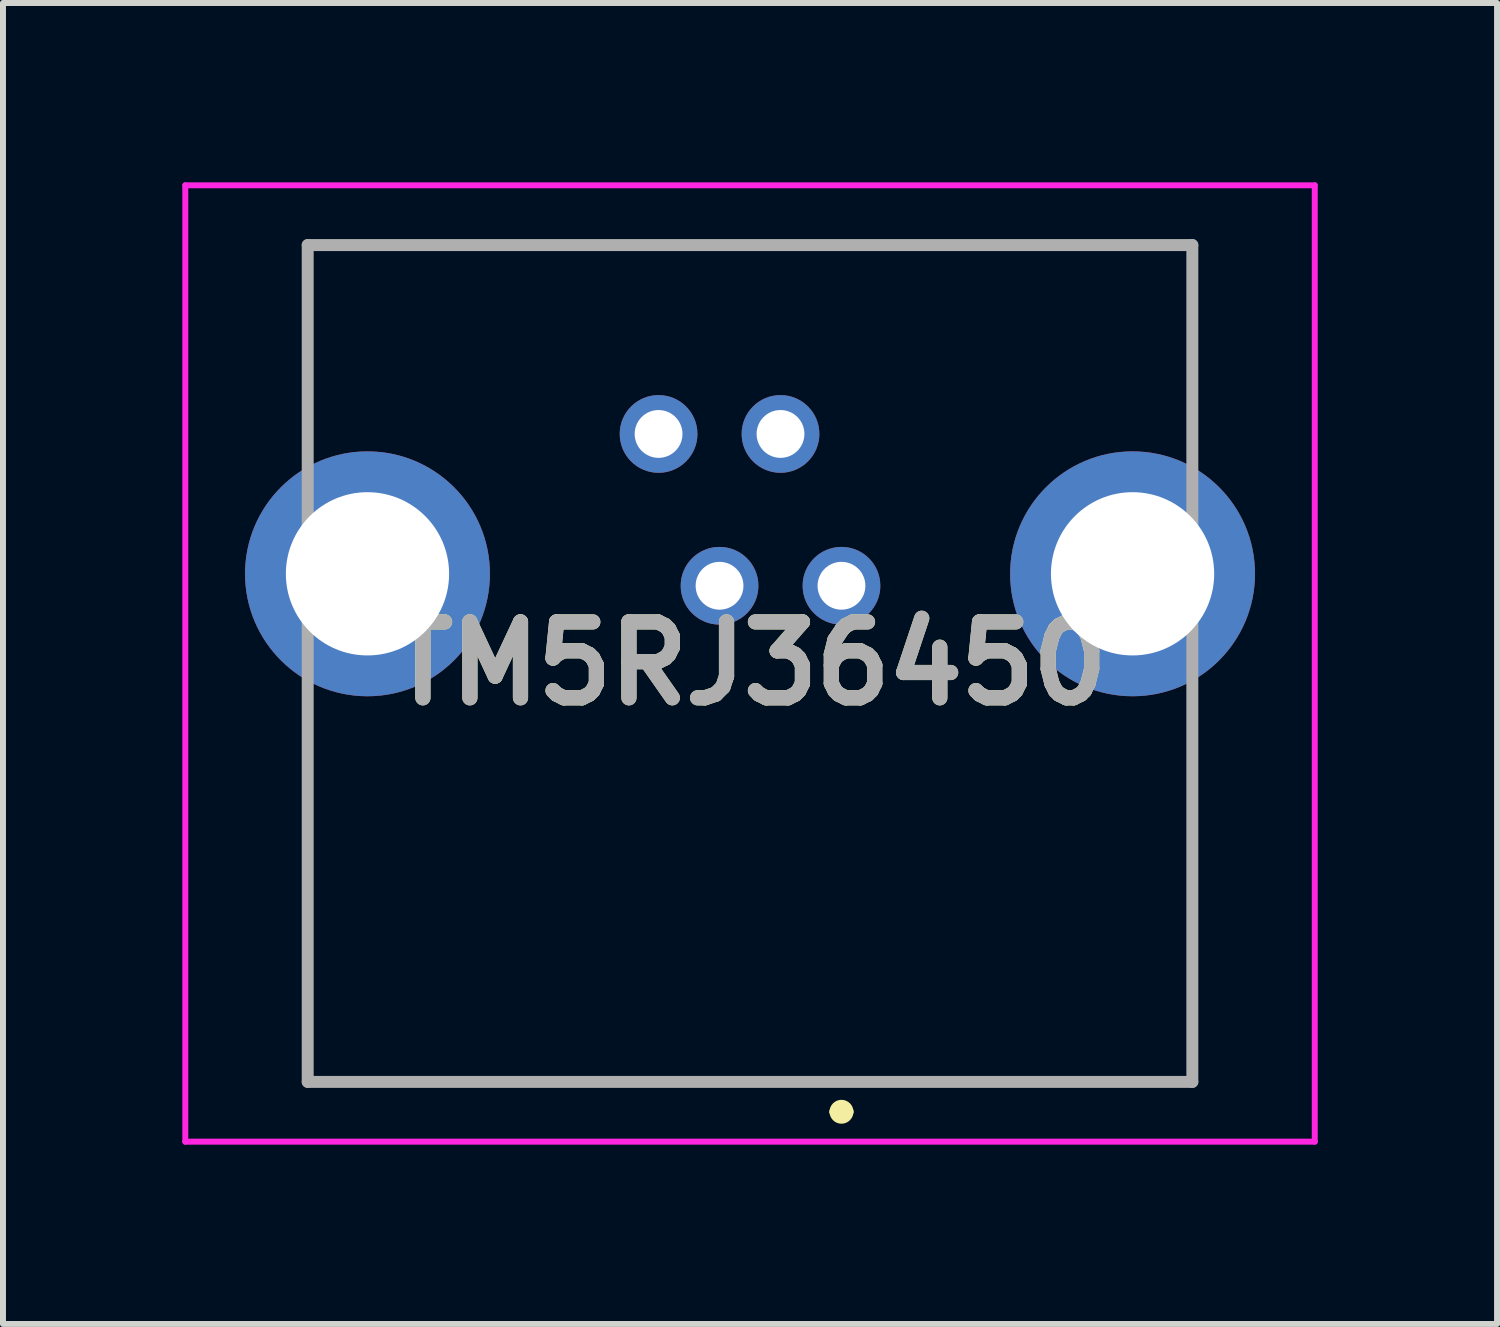
<source format=kicad_pcb>
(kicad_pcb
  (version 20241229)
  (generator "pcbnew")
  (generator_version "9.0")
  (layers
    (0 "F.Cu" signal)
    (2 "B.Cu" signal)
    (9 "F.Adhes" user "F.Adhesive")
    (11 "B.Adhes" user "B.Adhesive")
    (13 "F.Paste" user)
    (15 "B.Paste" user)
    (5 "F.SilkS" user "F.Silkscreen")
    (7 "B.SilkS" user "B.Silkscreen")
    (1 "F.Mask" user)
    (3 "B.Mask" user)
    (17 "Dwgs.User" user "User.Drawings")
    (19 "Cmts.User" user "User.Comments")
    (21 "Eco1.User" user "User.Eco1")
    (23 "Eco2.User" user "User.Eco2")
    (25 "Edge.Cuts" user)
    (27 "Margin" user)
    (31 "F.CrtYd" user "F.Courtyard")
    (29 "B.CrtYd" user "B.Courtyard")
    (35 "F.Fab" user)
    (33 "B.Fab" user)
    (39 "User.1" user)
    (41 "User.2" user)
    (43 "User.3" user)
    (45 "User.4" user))
  (footprint "TM5RJ36450"
    (layer "F.Cu")
    (at 11.028 6.75)
    (property "Reference" "TM5RJ36450" (at -1.53 1.3 0) (layer "F.SilkS") (effects (font (size 1.27 1.27) (thickness 0.254))))
    (attr through_hole)
    (fp_line (start -8.93 -5.7) (end 5.87 -5.7) (stroke (width 0.1) (type solid)) (layer "F.SilkS"))
    (fp_line (start -8.93 -2.7) (end -8.93 -5.7) (stroke (width 0.1) (type solid)) (layer "F.SilkS"))
    (fp_line (start -8.93 2.3) (end -8.93 8.3) (stroke (width 0.1) (type solid)) (layer "F.SilkS"))
    (fp_line (start -8.93 8.3) (end 5.87 8.3) (stroke (width 0.1) (type solid)) (layer "F.SilkS"))
    (fp_line (start -0.1 8.8) (end -0.1 8.8) (stroke (width 0.2) (type solid)) (layer "F.SilkS"))
    (fp_line (start 0.1 8.8) (end 0.1 8.8) (stroke (width 0.2) (type solid)) (layer "F.SilkS"))
    (fp_line (start 5.87 -5.7) (end 5.87 -2.7) (stroke (width 0.1) (type solid)) (layer "F.SilkS"))
    (fp_line (start 5.87 8.3) (end 5.87 2.3) (stroke (width 0.1) (type solid)) (layer "F.SilkS"))
    (fp_arc (start -0.1 8.8) (mid 0 8.7) (end 0.1 8.8) (stroke (width 0.2) (type solid)) (layer "F.SilkS"))
    (fp_arc (start 0.1 8.8) (mid 0 8.9) (end -0.1 8.8) (stroke (width 0.2) (type solid)) (layer "F.SilkS"))
    (fp_line (start -10.978 -6.7) (end 7.918 -6.7) (stroke (width 0.1) (type solid)) (layer "F.CrtYd"))
    (fp_line (start -10.978 9.3) (end -10.978 -6.7) (stroke (width 0.1) (type solid)) (layer "F.CrtYd"))
    (fp_line (start 7.918 -6.7) (end 7.918 9.3) (stroke (width 0.1) (type solid)) (layer "F.CrtYd"))
    (fp_line (start 7.918 9.3) (end -10.978 9.3) (stroke (width 0.1) (type solid)) (layer "F.CrtYd"))
    (fp_line (start -8.93 -5.7) (end 5.87 -5.7) (stroke (width 0.2) (type solid)) (layer "F.Fab"))
    (fp_line (start -8.93 8.3) (end -8.93 -5.7) (stroke (width 0.2) (type solid)) (layer "F.Fab"))
    (fp_line (start 5.87 -5.7) (end 5.87 8.3) (stroke (width 0.2) (type solid)) (layer "F.Fab"))
    (fp_line (start 5.87 8.3) (end -8.93 8.3) (stroke (width 0.2) (type solid)) (layer "F.Fab"))
    (fp_text user "${REFERENCE}" (at -1.53 1.3 0) (layer "F.Fab") (effects (font (size 1.27 1.27) (thickness 0.254))))
    (pad "0" thru_hole circle (at -7.93 -0.2) (size 4.097 4.097) (drill 2.731) (layers "*.Cu" "*.Mask"))
    (pad "0" thru_hole circle (at 4.87 -0.2) (size 4.097 4.097) (drill 2.731) (layers "*.Cu" "*.Mask"))
    (pad "1" thru_hole circle (at 0 0) (size 1.3 1.3) (drill 0.8) (layers "*.Cu" "*.Mask"))
    (pad "2" thru_hole circle (at -1.02 -2.54) (size 1.3 1.3) (drill 0.8) (layers "*.Cu" "*.Mask"))
    (pad "3" thru_hole circle (at -2.04 0) (size 1.3 1.3) (drill 0.8) (layers "*.Cu" "*.Mask"))
    (pad "4" thru_hole circle (at -3.06 -2.54) (size 1.3 1.3) (drill 0.8) (layers "*.Cu" "*.Mask")))
  (gr_rect
    (start -3 -3)
    (end 21.996 19.1)
    (stroke (width 0.1) (type default))
    (fill no)
    (layer "Edge.Cuts")))
</source>
